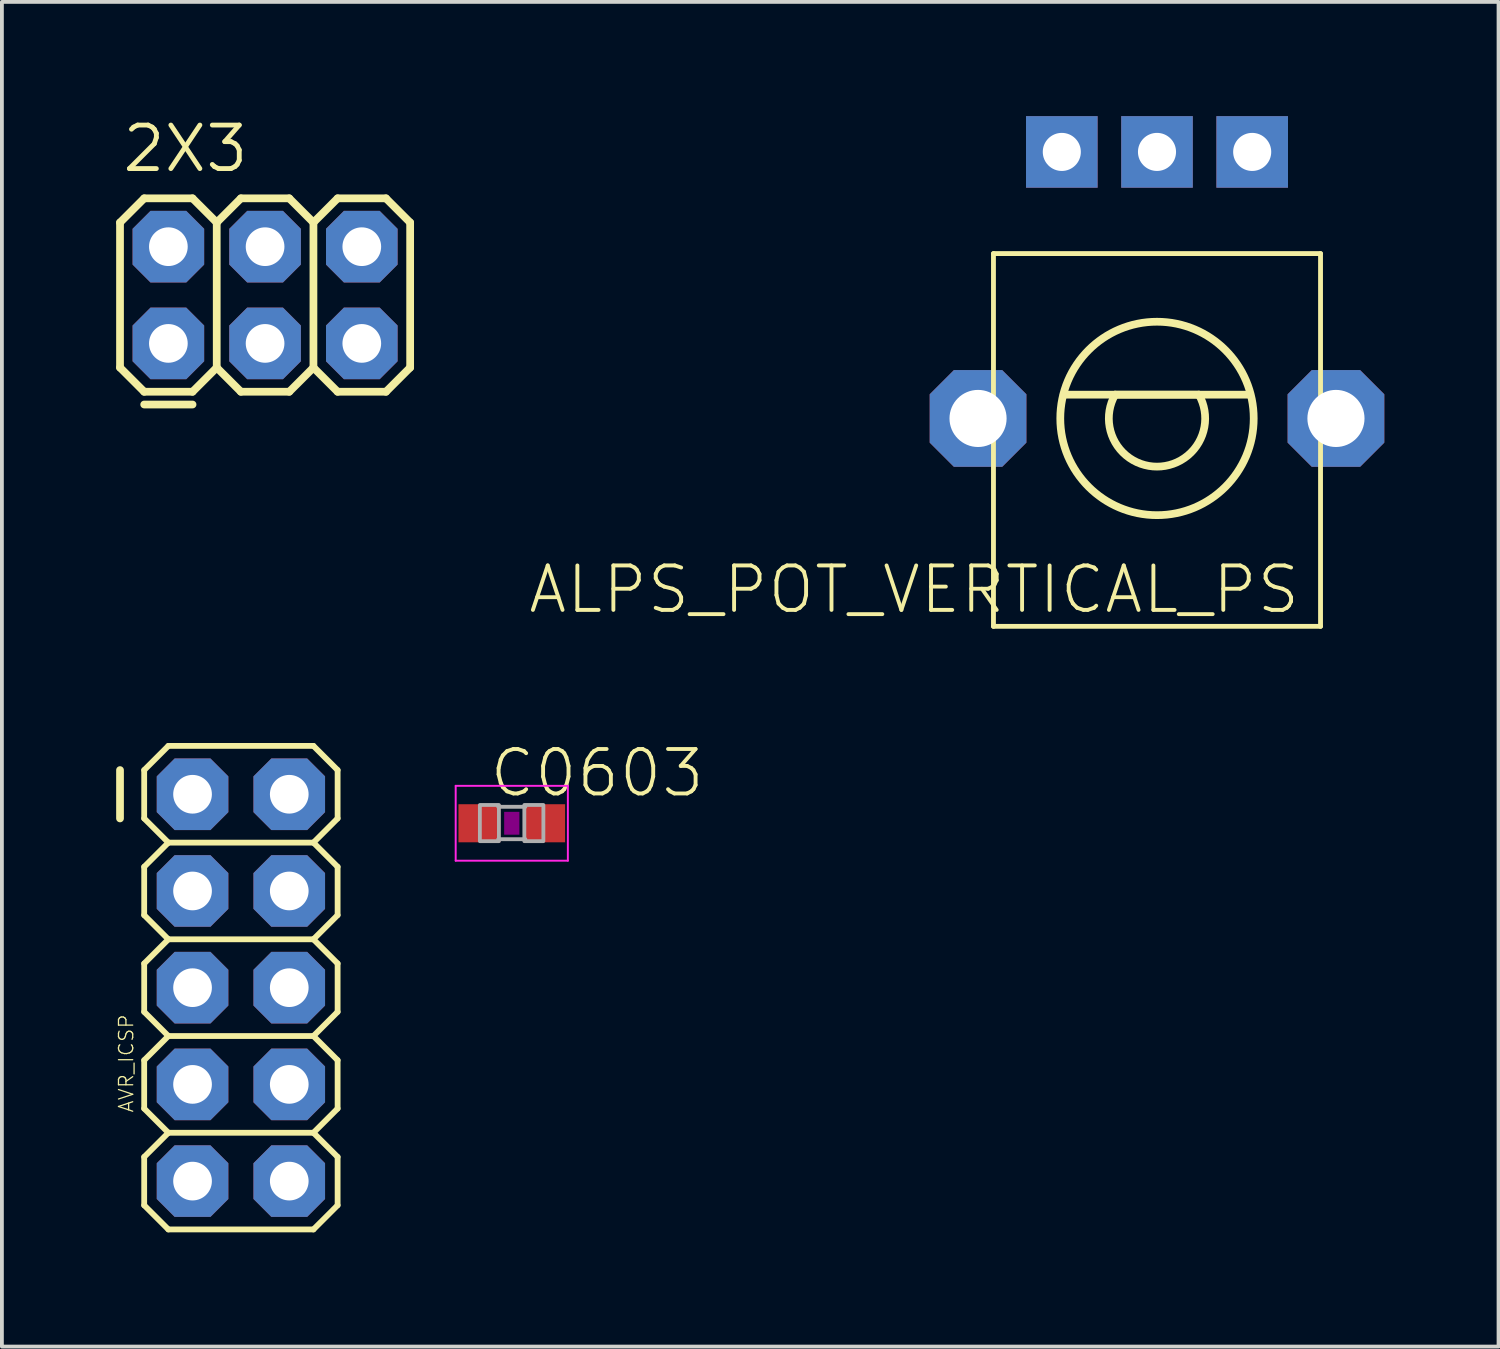
<source format=kicad_pcb>
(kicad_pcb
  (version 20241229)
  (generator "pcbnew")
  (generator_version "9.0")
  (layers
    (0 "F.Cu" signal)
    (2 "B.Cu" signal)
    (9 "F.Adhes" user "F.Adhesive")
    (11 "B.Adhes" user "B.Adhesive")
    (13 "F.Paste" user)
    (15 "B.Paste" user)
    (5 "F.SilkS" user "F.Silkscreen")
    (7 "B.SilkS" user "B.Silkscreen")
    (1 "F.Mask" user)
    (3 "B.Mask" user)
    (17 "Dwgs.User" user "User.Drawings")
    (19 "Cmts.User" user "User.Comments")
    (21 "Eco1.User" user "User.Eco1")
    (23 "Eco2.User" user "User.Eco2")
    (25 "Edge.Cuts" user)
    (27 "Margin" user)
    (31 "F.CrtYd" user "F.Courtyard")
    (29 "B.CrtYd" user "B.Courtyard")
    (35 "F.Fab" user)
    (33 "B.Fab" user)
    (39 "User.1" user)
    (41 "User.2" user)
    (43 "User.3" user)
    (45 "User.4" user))
  (footprint "AVR_ICSP"
    (layer "F.Cu")
    (at 3.277 22.89)
    (property "Reference" "AVR_ICSP" (at -2.794 3.302 90) (layer "F.SilkS") (effects (font (size 0.374 0.374) (thickness 0.033)) (justify left bottom)))
    (fp_line (start -3.175 -5.715) (end -3.175 -4.445) (stroke (width 0.203) (type solid)) (layer "F.SilkS"))
    (fp_line (start -2.54 -5.715) (end -2.54 -4.445) (stroke (width 0.152) (type solid)) (layer "F.SilkS"))
    (fp_line (start -2.54 -4.445) (end -1.905 -3.81) (stroke (width 0.152) (type solid)) (layer "F.SilkS"))
    (fp_line (start -2.54 -3.175) (end -2.54 -1.905) (stroke (width 0.152) (type solid)) (layer "F.SilkS"))
    (fp_line (start -2.54 -1.905) (end -1.905 -1.27) (stroke (width 0.152) (type solid)) (layer "F.SilkS"))
    (fp_line (start -2.54 -0.635) (end -2.54 0.635) (stroke (width 0.152) (type solid)) (layer "F.SilkS"))
    (fp_line (start -2.54 0.635) (end -1.905 1.27) (stroke (width 0.152) (type solid)) (layer "F.SilkS"))
    (fp_line (start -2.54 1.905) (end -2.54 3.175) (stroke (width 0.152) (type solid)) (layer "F.SilkS"))
    (fp_line (start -2.54 3.175) (end -1.905 3.81) (stroke (width 0.152) (type solid)) (layer "F.SilkS"))
    (fp_line (start -2.54 4.445) (end -2.54 5.715) (stroke (width 0.152) (type solid)) (layer "F.SilkS"))
    (fp_line (start -2.54 5.715) (end -1.905 6.35) (stroke (width 0.152) (type solid)) (layer "F.SilkS"))
    (fp_line (start -1.905 -6.35) (end -2.54 -5.715) (stroke (width 0.152) (type solid)) (layer "F.SilkS"))
    (fp_line (start -1.905 -6.35) (end 1.905 -6.35) (stroke (width 0.152) (type solid)) (layer "F.SilkS"))
    (fp_line (start -1.905 -3.81) (end -2.54 -3.175) (stroke (width 0.152) (type solid)) (layer "F.SilkS"))
    (fp_line (start -1.905 -1.27) (end -2.54 -0.635) (stroke (width 0.152) (type solid)) (layer "F.SilkS"))
    (fp_line (start -1.905 1.27) (end -2.54 1.905) (stroke (width 0.152) (type solid)) (layer "F.SilkS"))
    (fp_line (start -1.905 3.81) (end -2.54 4.445) (stroke (width 0.152) (type solid)) (layer "F.SilkS"))
    (fp_line (start 1.905 -6.35) (end 2.54 -5.715) (stroke (width 0.152) (type solid)) (layer "F.SilkS"))
    (fp_line (start 1.905 -3.81) (end -1.905 -3.81) (stroke (width 0.152) (type solid)) (layer "F.SilkS"))
    (fp_line (start 1.905 -3.81) (end 2.54 -3.175) (stroke (width 0.152) (type solid)) (layer "F.SilkS"))
    (fp_line (start 1.905 -1.27) (end -1.905 -1.27) (stroke (width 0.152) (type solid)) (layer "F.SilkS"))
    (fp_line (start 1.905 -1.27) (end 2.54 -0.635) (stroke (width 0.152) (type solid)) (layer "F.SilkS"))
    (fp_line (start 1.905 1.27) (end -1.905 1.27) (stroke (width 0.152) (type solid)) (layer "F.SilkS"))
    (fp_line (start 1.905 1.27) (end 2.54 1.905) (stroke (width 0.152) (type solid)) (layer "F.SilkS"))
    (fp_line (start 1.905 3.81) (end -1.905 3.81) (stroke (width 0.152) (type solid)) (layer "F.SilkS"))
    (fp_line (start 1.905 3.81) (end 2.54 4.445) (stroke (width 0.152) (type solid)) (layer "F.SilkS"))
    (fp_line (start 1.905 6.35) (end -1.905 6.35) (stroke (width 0.152) (type solid)) (layer "F.SilkS"))
    (fp_line (start 2.54 -5.715) (end 2.54 -4.445) (stroke (width 0.152) (type solid)) (layer "F.SilkS"))
    (fp_line (start 2.54 -4.445) (end 1.905 -3.81) (stroke (width 0.152) (type solid)) (layer "F.SilkS"))
    (fp_line (start 2.54 -3.175) (end 2.54 -1.905) (stroke (width 0.152) (type solid)) (layer "F.SilkS"))
    (fp_line (start 2.54 -1.905) (end 1.905 -1.27) (stroke (width 0.152) (type solid)) (layer "F.SilkS"))
    (fp_line (start 2.54 -0.635) (end 2.54 0.635) (stroke (width 0.152) (type solid)) (layer "F.SilkS"))
    (fp_line (start 2.54 0.635) (end 1.905 1.27) (stroke (width 0.152) (type solid)) (layer "F.SilkS"))
    (fp_line (start 2.54 1.905) (end 2.54 3.175) (stroke (width 0.152) (type solid)) (layer "F.SilkS"))
    (fp_line (start 2.54 3.175) (end 1.905 3.81) (stroke (width 0.152) (type solid)) (layer "F.SilkS"))
    (fp_line (start 2.54 4.445) (end 2.54 5.715) (stroke (width 0.152) (type solid)) (layer "F.SilkS"))
    (fp_line (start 2.54 5.715) (end 1.905 6.35) (stroke (width 0.152) (type solid)) (layer "F.SilkS"))
    (fp_poly (pts (xy -1.524 0.254) (xy -1.016 0.254) (xy -1.016 -0.254) (xy -1.524 -0.254)) (stroke (width 0) (type solid)) (fill yes) (layer "F.SilkS"))
    (fp_poly (pts (xy -1.524 -4.826) (xy -1.016 -4.826) (xy -1.016 -5.334) (xy -1.524 -5.334)) (stroke (width 0.1) (type solid)) (fill no) (layer "F.Fab"))
    (fp_poly (pts (xy -1.524 -2.286) (xy -1.016 -2.286) (xy -1.016 -2.794) (xy -1.524 -2.794)) (stroke (width 0.1) (type solid)) (fill no) (layer "F.Fab"))
    (fp_poly (pts (xy -1.524 2.794) (xy -1.016 2.794) (xy -1.016 2.286) (xy -1.524 2.286)) (stroke (width 0.1) (type solid)) (fill no) (layer "F.Fab"))
    (fp_poly (pts (xy -1.524 5.334) (xy -1.016 5.334) (xy -1.016 4.826) (xy -1.524 4.826)) (stroke (width 0.1) (type solid)) (fill no) (layer "F.Fab"))
    (fp_poly (pts (xy 1.016 -4.826) (xy 1.524 -4.826) (xy 1.524 -5.334) (xy 1.016 -5.334)) (stroke (width 0.1) (type solid)) (fill no) (layer "F.Fab"))
    (fp_poly (pts (xy 1.016 -2.286) (xy 1.524 -2.286) (xy 1.524 -2.794) (xy 1.016 -2.794)) (stroke (width 0.1) (type solid)) (fill no) (layer "F.Fab"))
    (fp_poly (pts (xy 1.016 0.254) (xy 1.524 0.254) (xy 1.524 -0.254) (xy 1.016 -0.254)) (stroke (width 0.1) (type solid)) (fill no) (layer "F.Fab"))
    (fp_poly (pts (xy 1.016 2.794) (xy 1.524 2.794) (xy 1.524 2.286) (xy 1.016 2.286)) (stroke (width 0.1) (type solid)) (fill no) (layer "F.Fab"))
    (fp_poly (pts (xy 1.016 5.334) (xy 1.524 5.334) (xy 1.524 4.826) (xy 1.016 4.826)) (stroke (width 0.1) (type solid)) (fill no) (layer "F.Fab"))
    (pad "1" thru_hole roundrect (at -1.27 -5.08 270) (size 1.88 1.88) (drill 1.016) (layers "*.Cu" "*.Mask") (roundrect_rratio 0.25) (chamfer_ratio 0.25) (chamfer top_left top_right bottom_left bottom_right))
    (pad "2" thru_hole roundrect (at 1.27 -5.08 270) (size 1.88 1.88) (drill 1.016) (layers "*.Cu" "*.Mask") (roundrect_rratio 0.25) (chamfer_ratio 0.25) (chamfer top_left top_right bottom_left bottom_right))
    (pad "3" thru_hole roundrect (at -1.27 -2.54 270) (size 1.88 1.88) (drill 1.016) (layers "*.Cu" "*.Mask") (roundrect_rratio 0.25) (chamfer_ratio 0.25) (chamfer top_left top_right bottom_left bottom_right))
    (pad "4" thru_hole roundrect (at 1.27 -2.54 270) (size 1.88 1.88) (drill 1.016) (layers "*.Cu" "*.Mask") (roundrect_rratio 0.25) (chamfer_ratio 0.25) (chamfer top_left top_right bottom_left bottom_right))
    (pad "5" thru_hole roundrect (at -1.27 0 270) (size 1.88 1.88) (drill 1.016) (layers "*.Cu" "*.Mask") (roundrect_rratio 0.25) (chamfer_ratio 0.25) (chamfer top_left top_right bottom_left bottom_right))
    (pad "6" thru_hole roundrect (at 1.27 0 270) (size 1.88 1.88) (drill 1.016) (layers "*.Cu" "*.Mask") (roundrect_rratio 0.25) (chamfer_ratio 0.25) (chamfer top_left top_right bottom_left bottom_right))
    (pad "7" thru_hole roundrect (at -1.27 2.54 270) (size 1.88 1.88) (drill 1.016) (layers "*.Cu" "*.Mask") (roundrect_rratio 0.25) (chamfer_ratio 0.25) (chamfer top_left top_right bottom_left bottom_right))
    (pad "8" thru_hole roundrect (at 1.27 2.54 270) (size 1.88 1.88) (drill 1.016) (layers "*.Cu" "*.Mask") (roundrect_rratio 0.25) (chamfer_ratio 0.25) (chamfer top_left top_right bottom_left bottom_right))
    (pad "9" thru_hole roundrect (at -1.27 5.08 270) (size 1.88 1.88) (drill 1.016) (layers "*.Cu" "*.Mask") (roundrect_rratio 0.25) (chamfer_ratio 0.25) (chamfer top_left top_right bottom_left bottom_right))
    (pad "10" thru_hole roundrect (at 1.27 5.08 270) (size 1.88 1.88) (drill 1.016) (layers "*.Cu" "*.Mask") (roundrect_rratio 0.25) (chamfer_ratio 0.25) (chamfer top_left top_right bottom_left bottom_right)))
  (footprint "ALPS_POT_VERTICAL_PS"
    (layer "F.Cu")
    (at 27.337 7.94)
    (property "Reference" "ALPS_POT_VERTICAL_PS" (at 3.81 3.81 0) (layer "F.SilkS") (effects (font (size 1.168 1.168) (thickness 0.102)) (justify right top)))
    (fp_line (start -4.295 -4.33) (end 4.295 -4.33) (stroke (width 0.127) (type solid)) (layer "F.SilkS"))
    (fp_line (start -4.295 5.46) (end -4.295 -4.33) (stroke (width 0.127) (type solid)) (layer "F.SilkS"))
    (fp_line (start -2.45 -0.625) (end 2.425 -0.625) (stroke (width 0.203) (type solid)) (layer "F.SilkS"))
    (fp_line (start -1.1 -0.625) (end 1.1 -0.625) (stroke (width 0.203) (type solid)) (layer "F.SilkS"))
    (fp_line (start 4.295 -4.33) (end 4.295 5.46) (stroke (width 0.127) (type solid)) (layer "F.SilkS"))
    (fp_line (start 4.295 5.46) (end -4.295 5.46) (stroke (width 0.127) (type solid)) (layer "F.SilkS"))
    (fp_arc (start 1.1 -0.625) (mid 0 1.265158) (end -1.1 -0.625) (stroke (width 0.2032) (type solid)) (layer "F.SilkS"))
    (fp_circle (center 0 0) (end 2.54 0) (stroke (width 0.203) (type solid)) (fill no) (layer "F.SilkS"))
    (pad "P$1" thru_hole rect (at -2.5 -7 270) (size 1.88 1.88) (drill 1) (layers "*.Cu" "*.Mask"))
    (pad "P$2" thru_hole rect (at 0 -7 270) (size 1.88 1.88) (drill 1) (layers "*.Cu" "*.Mask"))
    (pad "P$3" thru_hole rect (at 2.5 -7 270) (size 1.88 1.88) (drill 1) (layers "*.Cu" "*.Mask"))
    (pad "P$4" thru_hole roundrect (at -4.7 0 270) (size 2.54 2.54) (drill 1.5) (layers "*.Cu" "*.Mask") (roundrect_rratio 0.25) (chamfer_ratio 0.25) (chamfer top_left top_right bottom_left bottom_right))
    (pad "P$5" thru_hole roundrect (at 4.7 0 270) (size 2.54 2.54) (drill 1.5) (layers "*.Cu" "*.Mask") (roundrect_rratio 0.25) (chamfer_ratio 0.25) (chamfer top_left top_right bottom_left bottom_right)))
  (footprint "2X3"
    (layer "F.Cu")
    (at 1.372 5.969)
    (property "Reference" "2X3" (at -1.27 -4.445 0) (layer "F.SilkS") (effects (font (size 1.143 1.143) (thickness 0.127)) (justify left bottom)))
    (fp_line (start -1.27 -3.175) (end -0.635 -3.81) (stroke (width 0.203) (type solid)) (layer "F.SilkS"))
    (fp_line (start -1.27 0.635) (end -1.27 -3.175) (stroke (width 0.203) (type solid)) (layer "F.SilkS"))
    (fp_line (start -1.27 0.635) (end -0.635 1.27) (stroke (width 0.203) (type solid)) (layer "F.SilkS"))
    (fp_line (start -0.635 -3.81) (end 0.635 -3.81) (stroke (width 0.203) (type solid)) (layer "F.SilkS"))
    (fp_line (start -0.635 1.27) (end 0.635 1.27) (stroke (width 0.203) (type solid)) (layer "F.SilkS"))
    (fp_line (start 0.635 -3.81) (end 1.27 -3.175) (stroke (width 0.203) (type solid)) (layer "F.SilkS"))
    (fp_line (start 0.635 1.27) (end 1.27 0.635) (stroke (width 0.203) (type solid)) (layer "F.SilkS"))
    (fp_line (start 0.635 1.605) (end -0.635 1.605) (stroke (width 0.203) (type solid)) (layer "F.SilkS"))
    (fp_line (start 1.27 -3.175) (end 1.27 0.635) (stroke (width 0.203) (type solid)) (layer "F.SilkS"))
    (fp_line (start 1.27 -3.175) (end 1.905 -3.81) (stroke (width 0.203) (type solid)) (layer "F.SilkS"))
    (fp_line (start 1.27 0.635) (end 1.905 1.27) (stroke (width 0.203) (type solid)) (layer "F.SilkS"))
    (fp_line (start 1.905 -3.81) (end 3.175 -3.81) (stroke (width 0.203) (type solid)) (layer "F.SilkS"))
    (fp_line (start 1.905 1.27) (end 3.175 1.27) (stroke (width 0.203) (type solid)) (layer "F.SilkS"))
    (fp_line (start 3.175 -3.81) (end 3.81 -3.175) (stroke (width 0.203) (type solid)) (layer "F.SilkS"))
    (fp_line (start 3.175 1.27) (end 3.81 0.635) (stroke (width 0.203) (type solid)) (layer "F.SilkS"))
    (fp_line (start 3.81 -3.175) (end 3.81 0.635) (stroke (width 0.203) (type solid)) (layer "F.SilkS"))
    (fp_line (start 3.81 -3.175) (end 4.445 -3.81) (stroke (width 0.203) (type solid)) (layer "F.SilkS"))
    (fp_line (start 3.81 0.635) (end 4.445 1.27) (stroke (width 0.203) (type solid)) (layer "F.SilkS"))
    (fp_line (start 4.445 -3.81) (end 5.715 -3.81) (stroke (width 0.203) (type solid)) (layer "F.SilkS"))
    (fp_line (start 4.445 1.27) (end 5.715 1.27) (stroke (width 0.203) (type solid)) (layer "F.SilkS"))
    (fp_line (start 5.715 -3.81) (end 6.35 -3.175) (stroke (width 0.203) (type solid)) (layer "F.SilkS"))
    (fp_line (start 5.715 1.27) (end 6.35 0.635) (stroke (width 0.203) (type solid)) (layer "F.SilkS"))
    (fp_line (start 6.35 -3.175) (end 6.35 0.635) (stroke (width 0.203) (type solid)) (layer "F.SilkS"))
    (fp_poly (pts (xy -0.254 -2.286) (xy 0.254 -2.286) (xy 0.254 -2.794) (xy -0.254 -2.794)) (stroke (width 0.1) (type solid)) (fill no) (layer "F.Fab"))
    (fp_poly (pts (xy -0.254 0.254) (xy 0.254 0.254) (xy 0.254 -0.254) (xy -0.254 -0.254)) (stroke (width 0.1) (type solid)) (fill no) (layer "F.Fab"))
    (fp_poly (pts (xy 2.286 -2.286) (xy 2.794 -2.286) (xy 2.794 -2.794) (xy 2.286 -2.794)) (stroke (width 0.1) (type solid)) (fill no) (layer "F.Fab"))
    (fp_poly (pts (xy 2.286 0.254) (xy 2.794 0.254) (xy 2.794 -0.254) (xy 2.286 -0.254)) (stroke (width 0.1) (type solid)) (fill no) (layer "F.Fab"))
    (fp_poly (pts (xy 4.826 -2.286) (xy 5.334 -2.286) (xy 5.334 -2.794) (xy 4.826 -2.794)) (stroke (width 0.1) (type solid)) (fill no) (layer "F.Fab"))
    (fp_poly (pts (xy 4.826 0.254) (xy 5.334 0.254) (xy 5.334 -0.254) (xy 4.826 -0.254)) (stroke (width 0.1) (type solid)) (fill no) (layer "F.Fab"))
    (pad "1" thru_hole roundrect (at 0 0) (size 1.88 1.88) (drill 1.016) (layers "*.Cu" "*.Mask") (roundrect_rratio 0.25) (chamfer_ratio 0.25) (chamfer top_left top_right bottom_left bottom_right))
    (pad "2" thru_hole roundrect (at 0 -2.54) (size 1.88 1.88) (drill 1.016) (layers "*.Cu" "*.Mask") (roundrect_rratio 0.25) (chamfer_ratio 0.25) (chamfer top_left top_right bottom_left bottom_right))
    (pad "3" thru_hole roundrect (at 2.54 0) (size 1.88 1.88) (drill 1.016) (layers "*.Cu" "*.Mask") (roundrect_rratio 0.25) (chamfer_ratio 0.25) (chamfer top_left top_right bottom_left bottom_right))
    (pad "4" thru_hole roundrect (at 2.54 -2.54) (size 1.88 1.88) (drill 1.016) (layers "*.Cu" "*.Mask") (roundrect_rratio 0.25) (chamfer_ratio 0.25) (chamfer top_left top_right bottom_left bottom_right))
    (pad "5" thru_hole roundrect (at 5.08 0) (size 1.88 1.88) (drill 1.016) (layers "*.Cu" "*.Mask") (roundrect_rratio 0.25) (chamfer_ratio 0.25) (chamfer top_left top_right bottom_left bottom_right))
    (pad "6" thru_hole roundrect (at 5.08 -2.54) (size 1.88 1.88) (drill 1.016) (layers "*.Cu" "*.Mask") (roundrect_rratio 0.25) (chamfer_ratio 0.25) (chamfer top_left top_right bottom_left bottom_right)))
  (footprint "C0603"
    (layer "F.Cu")
    (at 10.391 18.572)
    (property "Reference" "C0603" (at -0.635 -0.635 0) (layer "F.SilkS") (effects (font (size 1.168 1.168) (thickness 0.102)) (justify left bottom)))
    (fp_poly (pts (xy -0.2 0.3) (xy 0.2 0.3) (xy 0.2 -0.3) (xy -0.2 -0.3)) (stroke (width 0) (type solid)) (fill yes) (layer "F.Adhes"))
    (fp_line (start -1.473 -0.983) (end 1.473 -0.983) (stroke (width 0.051) (type solid)) (layer "F.CrtYd"))
    (fp_line (start -1.473 0.983) (end -1.473 -0.983) (stroke (width 0.051) (type solid)) (layer "F.CrtYd"))
    (fp_line (start 1.473 -0.983) (end 1.473 0.983) (stroke (width 0.051) (type solid)) (layer "F.CrtYd"))
    (fp_line (start 1.473 0.983) (end -1.473 0.983) (stroke (width 0.051) (type solid)) (layer "F.CrtYd"))
    (fp_line (start -0.356 -0.432) (end 0.356 -0.432) (stroke (width 0.102) (type solid)) (layer "F.Fab"))
    (fp_line (start -0.356 0.419) (end 0.356 0.419) (stroke (width 0.102) (type solid)) (layer "F.Fab"))
    (fp_poly (pts (xy -0.838 0.47) (xy -0.338 0.47) (xy -0.338 -0.48) (xy -0.838 -0.48)) (stroke (width 0.1) (type solid)) (fill no) (layer "F.Fab"))
    (fp_poly (pts (xy 0.33 0.47) (xy 0.83 0.47) (xy 0.83 -0.48) (xy 0.33 -0.48)) (stroke (width 0.1) (type solid)) (fill no) (layer "F.Fab"))
    (pad "1" smd rect (at -0.85 0) (size 1.1 1) (layers "F.Cu" "F.Mask" "F.Paste"))
    (pad "2" smd rect (at 0.85 0) (size 1.1 1) (layers "F.Cu" "F.Mask" "F.Paste")))
  (gr_rect
    (start -3 -3)
    (end 36.307 32.316)
    (stroke (width 0.1) (type default))
    (fill no)
    (layer "Edge.Cuts")))
</source>
